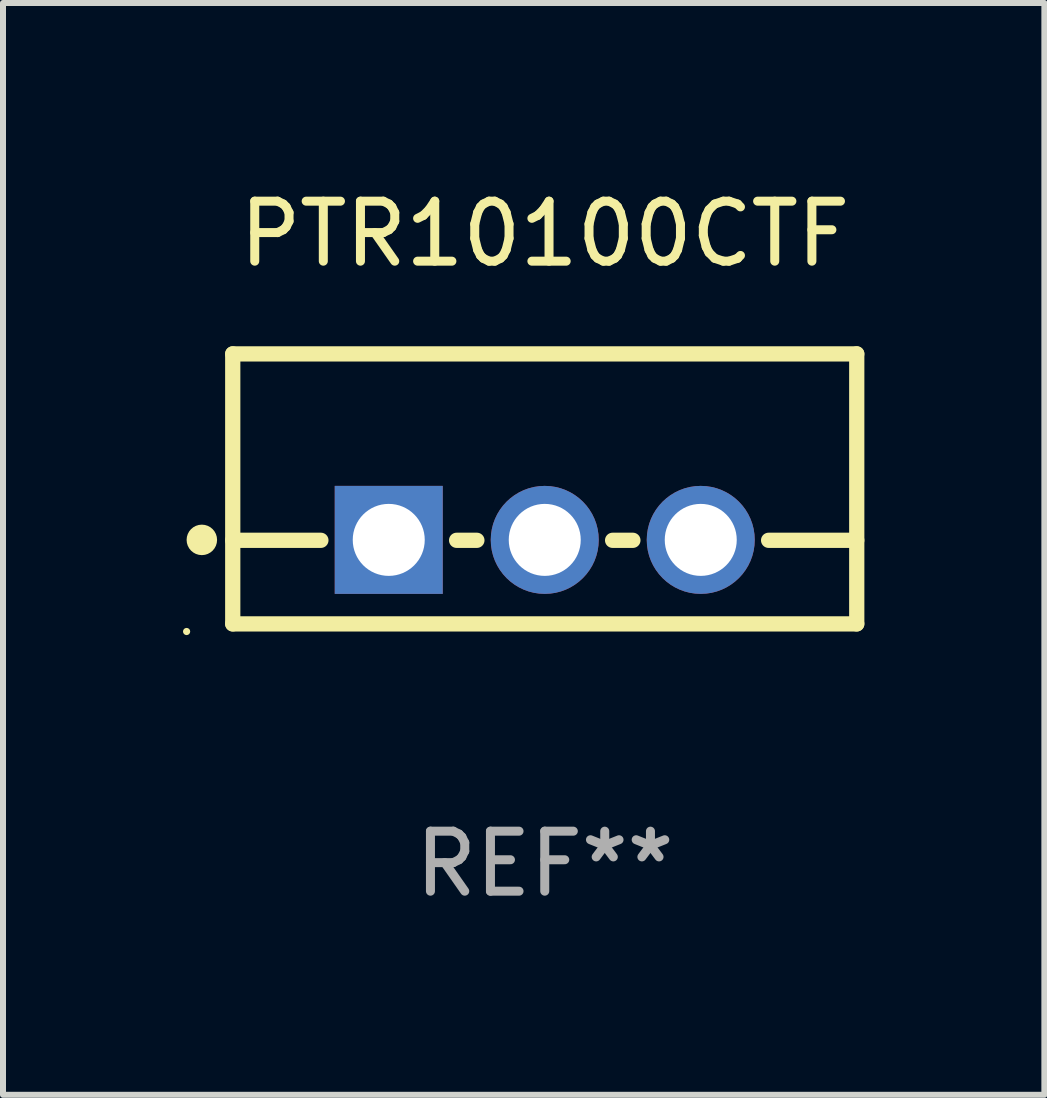
<source format=kicad_pcb>
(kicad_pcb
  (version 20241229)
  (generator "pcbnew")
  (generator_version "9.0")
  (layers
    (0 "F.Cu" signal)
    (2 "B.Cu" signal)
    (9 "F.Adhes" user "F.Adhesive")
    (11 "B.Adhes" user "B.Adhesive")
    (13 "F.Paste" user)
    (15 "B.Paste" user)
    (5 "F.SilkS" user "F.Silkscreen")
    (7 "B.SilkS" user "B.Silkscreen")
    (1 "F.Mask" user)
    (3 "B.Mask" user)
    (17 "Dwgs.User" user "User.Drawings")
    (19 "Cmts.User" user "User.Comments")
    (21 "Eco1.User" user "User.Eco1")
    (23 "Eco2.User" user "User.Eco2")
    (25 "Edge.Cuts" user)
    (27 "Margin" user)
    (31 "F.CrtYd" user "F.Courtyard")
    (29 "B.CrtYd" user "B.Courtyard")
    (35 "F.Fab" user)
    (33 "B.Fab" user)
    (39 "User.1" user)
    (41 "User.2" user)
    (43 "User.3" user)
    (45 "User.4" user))
  (footprint "PTR10100CTF"
    (layer "F.Cu")
    (at 6.029 5.098)
    (property "Reference" "PTR10100CTF" (at 0 -4.25 0) (layer "F.SilkS") (effects (font (size 1 1) (thickness 0.15))))
    (attr through_hole)
    (fp_line (start -5.2 -2.25) (end -5.2 2.25) (stroke (width 0.254) (type solid)) (layer "F.SilkS"))
    (fp_line (start -5.2 -2.25) (end 5.2 -2.25) (stroke (width 0.254) (type solid)) (layer "F.SilkS"))
    (fp_line (start -5.2 0.857) (end -3.731 0.857) (stroke (width 0.254) (type solid)) (layer "F.SilkS"))
    (fp_line (start -5.2 2.25) (end 5.2 2.25) (stroke (width 0.254) (type solid)) (layer "F.SilkS"))
    (fp_line (start -1.469 0.857) (end -1.131 0.857) (stroke (width 0.254) (type solid)) (layer "F.SilkS"))
    (fp_line (start 1.131 0.857) (end 1.469 0.857) (stroke (width 0.254) (type solid)) (layer "F.SilkS"))
    (fp_line (start 3.731 0.857) (end 5.2 0.857) (stroke (width 0.254) (type solid)) (layer "F.SilkS"))
    (fp_line (start 5.2 -2.25) (end 5.2 2.25) (stroke (width 0.254) (type solid)) (layer "F.SilkS"))
    (fp_circle (center -5.969 2.377) (end -5.939 2.377) (stroke (width 0.06) (type solid)) (fill no) (layer "F.SilkS"))
    (fp_circle (center -5.715 0.85) (end -5.588 0.85) (stroke (width 0.254) (type solid)) (fill no) (layer "F.SilkS"))
    (fp_text user "REF**" (at 0 6.25 0) (layer "F.Fab") (effects (font (size 1 1) (thickness 0.15))))
    (pad "1" thru_hole rect (at -2.6 0.85) (size 1.8 1.8) (drill 1.2) (layers "*.Cu" "*.Mask"))
    (pad "2" thru_hole circle (at 0 0.85) (size 1.8 1.8) (drill 1.2) (layers "*.Cu" "*.Mask"))
    (pad "3" thru_hole circle (at 2.6 0.85) (size 1.8 1.8) (drill 1.2) (layers "*.Cu" "*.Mask")))
  (gr_rect
    (start -3 -3)
    (end 14.356 15.197)
    (stroke (width 0.1) (type default))
    (fill no)
    (layer "Edge.Cuts")))
</source>
